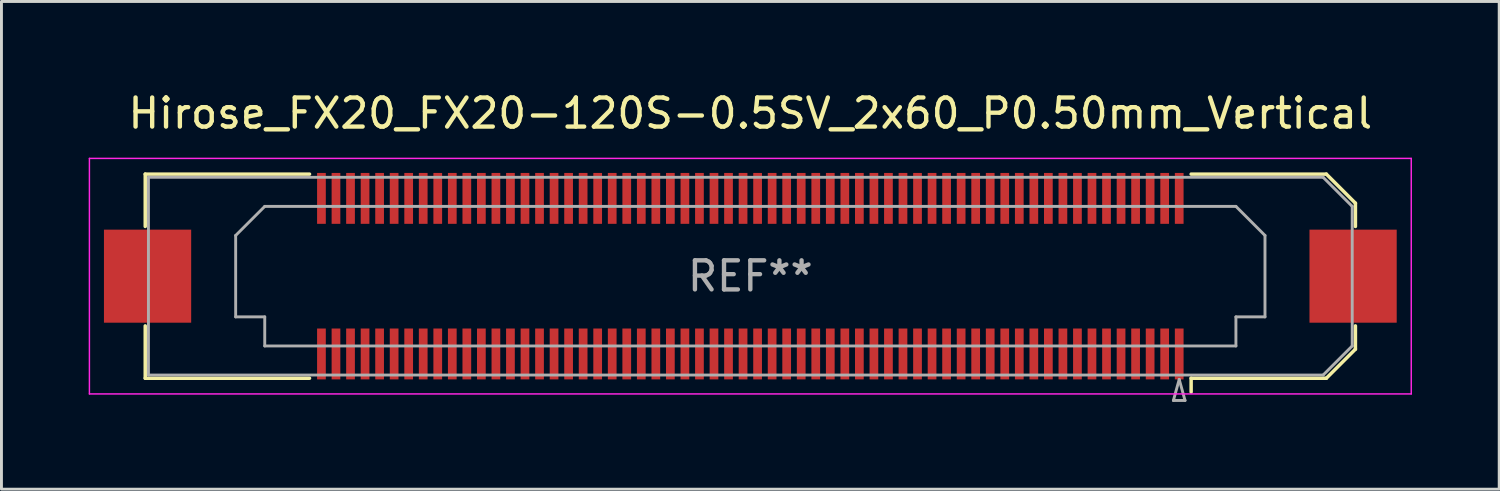
<source format=kicad_pcb>
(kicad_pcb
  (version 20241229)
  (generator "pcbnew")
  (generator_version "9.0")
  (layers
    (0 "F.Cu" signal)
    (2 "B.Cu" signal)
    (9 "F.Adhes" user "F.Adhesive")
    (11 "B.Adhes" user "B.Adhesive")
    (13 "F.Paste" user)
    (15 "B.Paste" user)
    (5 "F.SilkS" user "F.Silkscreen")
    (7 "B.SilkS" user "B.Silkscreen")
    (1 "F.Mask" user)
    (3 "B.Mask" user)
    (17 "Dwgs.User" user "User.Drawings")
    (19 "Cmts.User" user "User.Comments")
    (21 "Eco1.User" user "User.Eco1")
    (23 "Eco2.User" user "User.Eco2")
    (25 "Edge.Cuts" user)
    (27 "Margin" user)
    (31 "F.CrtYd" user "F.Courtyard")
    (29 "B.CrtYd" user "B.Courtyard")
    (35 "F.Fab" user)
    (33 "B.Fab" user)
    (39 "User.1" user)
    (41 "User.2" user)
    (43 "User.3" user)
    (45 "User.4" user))
  (footprint "Hirose_FX20_FX20-120S-0.5SV_2x60_P0.50mm_Vertical"
    (layer "F.Cu")
    (at 22.755 6.448)
    (property "Reference" "Hirose_FX20_FX20-120S-0.5SV_2x60_P0.50mm_Vertical" (at 0 -5.6 0) (layer "F.SilkS") (effects (font (size 1 1) (thickness 0.15))))
    (attr smd)
    (fp_line (start -20.81 -3.51) (end -15.16 -3.51) (stroke (width 0.12) (type solid)) (layer "F.SilkS"))
    (fp_line (start -20.81 -1.71) (end -20.81 -3.51) (stroke (width 0.12) (type solid)) (layer "F.SilkS"))
    (fp_line (start -20.81 3.51) (end -20.81 1.71) (stroke (width 0.12) (type solid)) (layer "F.SilkS"))
    (fp_line (start -15.16 3.51) (end -20.81 3.51) (stroke (width 0.12) (type solid)) (layer "F.SilkS"))
    (fp_line (start 15.16 3.51) (end 19.81 3.51) (stroke (width 0.12) (type solid)) (layer "F.SilkS"))
    (fp_line (start 15.16 3.983) (end 15.16 3.51) (stroke (width 0.12) (type solid)) (layer "F.SilkS"))
    (fp_line (start 19.81 -3.51) (end 15.16 -3.51) (stroke (width 0.12) (type solid)) (layer "F.SilkS"))
    (fp_line (start 19.81 3.51) (end 20.81 2.51) (stroke (width 0.12) (type solid)) (layer "F.SilkS"))
    (fp_line (start 20.81 -2.51) (end 19.81 -3.51) (stroke (width 0.12) (type solid)) (layer "F.SilkS"))
    (fp_line (start 20.81 -1.71) (end 20.81 -2.51) (stroke (width 0.12) (type solid)) (layer "F.SilkS"))
    (fp_line (start 20.81 2.51) (end 20.81 1.71) (stroke (width 0.12) (type solid)) (layer "F.SilkS"))
    (fp_line (start -22.73 -4.05) (end -22.73 4.05) (stroke (width 0.05) (type solid)) (layer "F.CrtYd"))
    (fp_line (start -22.73 4.05) (end 22.73 4.05) (stroke (width 0.05) (type solid)) (layer "F.CrtYd"))
    (fp_line (start 22.73 -4.05) (end -22.73 -4.05) (stroke (width 0.05) (type solid)) (layer "F.CrtYd"))
    (fp_line (start 22.73 4.05) (end 22.73 -4.05) (stroke (width 0.05) (type solid)) (layer "F.CrtYd"))
    (fp_line (start -20.7 -3.4) (end 19.7 -3.4) (stroke (width 0.1) (type solid)) (layer "F.Fab"))
    (fp_line (start -20.7 3.4) (end -20.7 -3.4) (stroke (width 0.1) (type solid)) (layer "F.Fab"))
    (fp_line (start -17.7 -1.4) (end -16.7 -2.4) (stroke (width 0.1) (type solid)) (layer "F.Fab"))
    (fp_line (start -17.7 1.4) (end -17.7 -1.4) (stroke (width 0.1) (type solid)) (layer "F.Fab"))
    (fp_line (start -16.7 -2.4) (end 16.7 -2.4) (stroke (width 0.1) (type solid)) (layer "F.Fab"))
    (fp_line (start -16.7 1.4) (end -17.7 1.4) (stroke (width 0.1) (type solid)) (layer "F.Fab"))
    (fp_line (start -16.7 2.4) (end -16.7 1.4) (stroke (width 0.1) (type solid)) (layer "F.Fab"))
    (fp_line (start 14.55 4.275) (end 14.95 4.275) (stroke (width 0.1) (type solid)) (layer "F.Fab"))
    (fp_line (start 14.75 3.55) (end 14.55 4.275) (stroke (width 0.1) (type solid)) (layer "F.Fab"))
    (fp_line (start 14.95 4.275) (end 14.75 3.55) (stroke (width 0.1) (type solid)) (layer "F.Fab"))
    (fp_line (start 16.7 -2.4) (end 17.7 -1.4) (stroke (width 0.1) (type solid)) (layer "F.Fab"))
    (fp_line (start 16.7 1.4) (end 16.7 2.4) (stroke (width 0.1) (type solid)) (layer "F.Fab"))
    (fp_line (start 16.7 2.4) (end -16.7 2.4) (stroke (width 0.1) (type solid)) (layer "F.Fab"))
    (fp_line (start 17.7 -1.4) (end 17.7 1.4) (stroke (width 0.1) (type solid)) (layer "F.Fab"))
    (fp_line (start 17.7 1.4) (end 16.7 1.4) (stroke (width 0.1) (type solid)) (layer "F.Fab"))
    (fp_line (start 19.7 -3.4) (end 20.7 -2.4) (stroke (width 0.1) (type solid)) (layer "F.Fab"))
    (fp_line (start 19.7 3.4) (end -20.7 3.4) (stroke (width 0.1) (type solid)) (layer "F.Fab"))
    (fp_line (start 20.7 -2.4) (end 20.7 2.4) (stroke (width 0.1) (type solid)) (layer "F.Fab"))
    (fp_line (start 20.7 2.4) (end 19.7 3.4) (stroke (width 0.1) (type solid)) (layer "F.Fab"))
    (fp_text user "REF**" (at 0 0 0) (layer "F.Fab") (effects (font (size 1 1) (thickness 0.15))))
    (pad "" smd rect (at -20.73 0) (size 2.98 3.18) (layers "F.Paste"))
    (pad "" smd rect (at -20.73 0) (size 3 3.2) (layers "F.Cu" "F.Mask"))
    (pad "" smd rect (at -14.75 -2.875) (size 0.28 1.35) (layers "F.Paste"))
    (pad "" smd rect (at -14.75 2.875) (size 0.28 1.35) (layers "F.Paste"))
    (pad "" smd rect (at -14.25 -2.875) (size 0.28 1.35) (layers "F.Paste"))
    (pad "" smd rect (at -14.25 2.875) (size 0.28 1.35) (layers "F.Paste"))
    (pad "" smd rect (at -13.75 -2.875) (size 0.28 1.35) (layers "F.Paste"))
    (pad "" smd rect (at -13.75 2.875) (size 0.28 1.35) (layers "F.Paste"))
    (pad "" smd rect (at -13.25 -2.875) (size 0.28 1.35) (layers "F.Paste"))
    (pad "" smd rect (at -13.25 2.875) (size 0.28 1.35) (layers "F.Paste"))
    (pad "" smd rect (at -12.75 -2.875) (size 0.28 1.35) (layers "F.Paste"))
    (pad "" smd rect (at -12.75 2.875) (size 0.28 1.35) (layers "F.Paste"))
    (pad "" smd rect (at -12.25 -2.875) (size 0.28 1.35) (layers "F.Paste"))
    (pad "" smd rect (at -12.25 2.875) (size 0.28 1.35) (layers "F.Paste"))
    (pad "" smd rect (at -11.75 -2.875) (size 0.28 1.35) (layers "F.Paste"))
    (pad "" smd rect (at -11.75 2.875) (size 0.28 1.35) (layers "F.Paste"))
    (pad "" smd rect (at -11.25 -2.875) (size 0.28 1.35) (layers "F.Paste"))
    (pad "" smd rect (at -11.25 2.875) (size 0.28 1.35) (layers "F.Paste"))
    (pad "" smd rect (at -10.75 -2.875) (size 0.28 1.35) (layers "F.Paste"))
    (pad "" smd rect (at -10.75 2.875) (size 0.28 1.35) (layers "F.Paste"))
    (pad "" smd rect (at -10.25 -2.875) (size 0.28 1.35) (layers "F.Paste"))
    (pad "" smd rect (at -10.25 2.875) (size 0.28 1.35) (layers "F.Paste"))
    (pad "" smd rect (at -9.75 -2.875) (size 0.28 1.35) (layers "F.Paste"))
    (pad "" smd rect (at -9.75 2.875) (size 0.28 1.35) (layers "F.Paste"))
    (pad "" smd rect (at -9.25 -2.875) (size 0.28 1.35) (layers "F.Paste"))
    (pad "" smd rect (at -9.25 2.875) (size 0.28 1.35) (layers "F.Paste"))
    (pad "" smd rect (at -8.75 -2.875) (size 0.28 1.35) (layers "F.Paste"))
    (pad "" smd rect (at -8.75 2.875) (size 0.28 1.35) (layers "F.Paste"))
    (pad "" smd rect (at -8.25 -2.875) (size 0.28 1.35) (layers "F.Paste"))
    (pad "" smd rect (at -8.25 2.875) (size 0.28 1.35) (layers "F.Paste"))
    (pad "" smd rect (at -7.75 -2.875) (size 0.28 1.35) (layers "F.Paste"))
    (pad "" smd rect (at -7.75 2.875) (size 0.28 1.35) (layers "F.Paste"))
    (pad "" smd rect (at -7.25 -2.875) (size 0.28 1.35) (layers "F.Paste"))
    (pad "" smd rect (at -7.25 2.875) (size 0.28 1.35) (layers "F.Paste"))
    (pad "" smd rect (at -6.75 -2.875) (size 0.28 1.35) (layers "F.Paste"))
    (pad "" smd rect (at -6.75 2.875) (size 0.28 1.35) (layers "F.Paste"))
    (pad "" smd rect (at -6.25 -2.875) (size 0.28 1.35) (layers "F.Paste"))
    (pad "" smd rect (at -6.25 2.875) (size 0.28 1.35) (layers "F.Paste"))
    (pad "" smd rect (at -5.75 -2.875) (size 0.28 1.35) (layers "F.Paste"))
    (pad "" smd rect (at -5.75 2.875) (size 0.28 1.35) (layers "F.Paste"))
    (pad "" smd rect (at -5.25 -2.875) (size 0.28 1.35) (layers "F.Paste"))
    (pad "" smd rect (at -5.25 2.875) (size 0.28 1.35) (layers "F.Paste"))
    (pad "" smd rect (at -4.75 -2.875) (size 0.28 1.35) (layers "F.Paste"))
    (pad "" smd rect (at -4.75 2.875) (size 0.28 1.35) (layers "F.Paste"))
    (pad "" smd rect (at -4.25 -2.875) (size 0.28 1.35) (layers "F.Paste"))
    (pad "" smd rect (at -4.25 2.875) (size 0.28 1.35) (layers "F.Paste"))
    (pad "" smd rect (at -3.75 -2.875) (size 0.28 1.35) (layers "F.Paste"))
    (pad "" smd rect (at -3.75 2.875) (size 0.28 1.35) (layers "F.Paste"))
    (pad "" smd rect (at -3.25 -2.875) (size 0.28 1.35) (layers "F.Paste"))
    (pad "" smd rect (at -3.25 2.875) (size 0.28 1.35) (layers "F.Paste"))
    (pad "" smd rect (at -2.75 -2.875) (size 0.28 1.35) (layers "F.Paste"))
    (pad "" smd rect (at -2.75 2.875) (size 0.28 1.35) (layers "F.Paste"))
    (pad "" smd rect (at -2.25 -2.875) (size 0.28 1.35) (layers "F.Paste"))
    (pad "" smd rect (at -2.25 2.875) (size 0.28 1.35) (layers "F.Paste"))
    (pad "" smd rect (at -1.75 -2.875) (size 0.28 1.35) (layers "F.Paste"))
    (pad "" smd rect (at -1.75 2.875) (size 0.28 1.35) (layers "F.Paste"))
    (pad "" smd rect (at -1.25 -2.875) (size 0.28 1.35) (layers "F.Paste"))
    (pad "" smd rect (at -1.25 2.875) (size 0.28 1.35) (layers "F.Paste"))
    (pad "" smd rect (at -0.75 -2.875) (size 0.28 1.35) (layers "F.Paste"))
    (pad "" smd rect (at -0.75 2.875) (size 0.28 1.35) (layers "F.Paste"))
    (pad "" smd rect (at -0.25 -2.875) (size 0.28 1.35) (layers "F.Paste"))
    (pad "" smd rect (at -0.25 2.875) (size 0.28 1.35) (layers "F.Paste"))
    (pad "" smd rect (at 0.25 -2.875) (size 0.28 1.35) (layers "F.Paste"))
    (pad "" smd rect (at 0.25 2.875) (size 0.28 1.35) (layers "F.Paste"))
    (pad "" smd rect (at 0.75 -2.875) (size 0.28 1.35) (layers "F.Paste"))
    (pad "" smd rect (at 0.75 2.875) (size 0.28 1.35) (layers "F.Paste"))
    (pad "" smd rect (at 1.25 -2.875) (size 0.28 1.35) (layers "F.Paste"))
    (pad "" smd rect (at 1.25 2.875) (size 0.28 1.35) (layers "F.Paste"))
    (pad "" smd rect (at 1.75 -2.875) (size 0.28 1.35) (layers "F.Paste"))
    (pad "" smd rect (at 1.75 2.875) (size 0.28 1.35) (layers "F.Paste"))
    (pad "" smd rect (at 2.25 -2.875) (size 0.28 1.35) (layers "F.Paste"))
    (pad "" smd rect (at 2.25 2.875) (size 0.28 1.35) (layers "F.Paste"))
    (pad "" smd rect (at 2.75 -2.875) (size 0.28 1.35) (layers "F.Paste"))
    (pad "" smd rect (at 2.75 2.875) (size 0.28 1.35) (layers "F.Paste"))
    (pad "" smd rect (at 3.25 -2.875) (size 0.28 1.35) (layers "F.Paste"))
    (pad "" smd rect (at 3.25 2.875) (size 0.28 1.35) (layers "F.Paste"))
    (pad "" smd rect (at 3.75 -2.875) (size 0.28 1.35) (layers "F.Paste"))
    (pad "" smd rect (at 3.75 2.875) (size 0.28 1.35) (layers "F.Paste"))
    (pad "" smd rect (at 4.25 -2.875) (size 0.28 1.35) (layers "F.Paste"))
    (pad "" smd rect (at 4.25 2.875) (size 0.28 1.35) (layers "F.Paste"))
    (pad "" smd rect (at 4.75 -2.875) (size 0.28 1.35) (layers "F.Paste"))
    (pad "" smd rect (at 4.75 2.875) (size 0.28 1.35) (layers "F.Paste"))
    (pad "" smd rect (at 5.25 -2.875) (size 0.28 1.35) (layers "F.Paste"))
    (pad "" smd rect (at 5.25 2.875) (size 0.28 1.35) (layers "F.Paste"))
    (pad "" smd rect (at 5.75 -2.875) (size 0.28 1.35) (layers "F.Paste"))
    (pad "" smd rect (at 5.75 2.875) (size 0.28 1.35) (layers "F.Paste"))
    (pad "" smd rect (at 6.25 -2.875) (size 0.28 1.35) (layers "F.Paste"))
    (pad "" smd rect (at 6.25 2.875) (size 0.28 1.35) (layers "F.Paste"))
    (pad "" smd rect (at 6.75 -2.875) (size 0.28 1.35) (layers "F.Paste"))
    (pad "" smd rect (at 6.75 2.875) (size 0.28 1.35) (layers "F.Paste"))
    (pad "" smd rect (at 7.25 -2.875) (size 0.28 1.35) (layers "F.Paste"))
    (pad "" smd rect (at 7.25 2.875) (size 0.28 1.35) (layers "F.Paste"))
    (pad "" smd rect (at 7.75 -2.875) (size 0.28 1.35) (layers "F.Paste"))
    (pad "" smd rect (at 7.75 2.875) (size 0.28 1.35) (layers "F.Paste"))
    (pad "" smd rect (at 8.25 -2.875) (size 0.28 1.35) (layers "F.Paste"))
    (pad "" smd rect (at 8.25 2.875) (size 0.28 1.35) (layers "F.Paste"))
    (pad "" smd rect (at 8.75 -2.875) (size 0.28 1.35) (layers "F.Paste"))
    (pad "" smd rect (at 8.75 2.875) (size 0.28 1.35) (layers "F.Paste"))
    (pad "" smd rect (at 9.25 -2.875) (size 0.28 1.35) (layers "F.Paste"))
    (pad "" smd rect (at 9.25 2.875) (size 0.28 1.35) (layers "F.Paste"))
    (pad "" smd rect (at 9.75 -2.875) (size 0.28 1.35) (layers "F.Paste"))
    (pad "" smd rect (at 9.75 2.875) (size 0.28 1.35) (layers "F.Paste"))
    (pad "" smd rect (at 10.25 -2.875) (size 0.28 1.35) (layers "F.Paste"))
    (pad "" smd rect (at 10.25 2.875) (size 0.28 1.35) (layers "F.Paste"))
    (pad "" smd rect (at 10.75 -2.875) (size 0.28 1.35) (layers "F.Paste"))
    (pad "" smd rect (at 10.75 2.875) (size 0.28 1.35) (layers "F.Paste"))
    (pad "" smd rect (at 11.25 -2.875) (size 0.28 1.35) (layers "F.Paste"))
    (pad "" smd rect (at 11.25 2.875) (size 0.28 1.35) (layers "F.Paste"))
    (pad "" smd rect (at 11.75 -2.875) (size 0.28 1.35) (layers "F.Paste"))
    (pad "" smd rect (at 11.75 2.875) (size 0.28 1.35) (layers "F.Paste"))
    (pad "" smd rect (at 12.25 -2.875) (size 0.28 1.35) (layers "F.Paste"))
    (pad "" smd rect (at 12.25 2.875) (size 0.28 1.35) (layers "F.Paste"))
    (pad "" smd rect (at 12.75 -2.875) (size 0.28 1.35) (layers "F.Paste"))
    (pad "" smd rect (at 12.75 2.875) (size 0.28 1.35) (layers "F.Paste"))
    (pad "" smd rect (at 13.25 -2.875) (size 0.28 1.35) (layers "F.Paste"))
    (pad "" smd rect (at 13.25 2.875) (size 0.28 1.35) (layers "F.Paste"))
    (pad "" smd rect (at 13.75 -2.875) (size 0.28 1.35) (layers "F.Paste"))
    (pad "" smd rect (at 13.75 2.875) (size 0.28 1.35) (layers "F.Paste"))
    (pad "" smd rect (at 14.25 -2.875) (size 0.28 1.35) (layers "F.Paste"))
    (pad "" smd rect (at 14.25 2.875) (size 0.28 1.35) (layers "F.Paste"))
    (pad "" smd rect (at 14.75 -2.875) (size 0.28 1.35) (layers "F.Paste"))
    (pad "" smd rect (at 14.75 2.875) (size 0.28 1.35) (layers "F.Paste"))
    (pad "" smd rect (at 20.73 0) (size 2.98 3.18) (layers "F.Paste"))
    (pad "" smd rect (at 20.73 0) (size 3 3.2) (layers "F.Cu" "F.Mask"))
    (pad "1" smd rect (at 14.75 2.675) (size 0.3 1.75) (layers "F.Cu" "F.Mask"))
    (pad "2" smd rect (at 14.75 -2.675) (size 0.3 1.75) (layers "F.Cu" "F.Mask"))
    (pad "3" smd rect (at 14.25 2.675) (size 0.3 1.75) (layers "F.Cu" "F.Mask"))
    (pad "4" smd rect (at 14.25 -2.675) (size 0.3 1.75) (layers "F.Cu" "F.Mask"))
    (pad "5" smd rect (at 13.75 2.675) (size 0.3 1.75) (layers "F.Cu" "F.Mask"))
    (pad "6" smd rect (at 13.75 -2.675) (size 0.3 1.75) (layers "F.Cu" "F.Mask"))
    (pad "7" smd rect (at 13.25 2.675) (size 0.3 1.75) (layers "F.Cu" "F.Mask"))
    (pad "8" smd rect (at 13.25 -2.675) (size 0.3 1.75) (layers "F.Cu" "F.Mask"))
    (pad "9" smd rect (at 12.75 2.675) (size 0.3 1.75) (layers "F.Cu" "F.Mask"))
    (pad "10" smd rect (at 12.75 -2.675) (size 0.3 1.75) (layers "F.Cu" "F.Mask"))
    (pad "11" smd rect (at 12.25 2.675) (size 0.3 1.75) (layers "F.Cu" "F.Mask"))
    (pad "12" smd rect (at 12.25 -2.675) (size 0.3 1.75) (layers "F.Cu" "F.Mask"))
    (pad "13" smd rect (at 11.75 2.675) (size 0.3 1.75) (layers "F.Cu" "F.Mask"))
    (pad "14" smd rect (at 11.75 -2.675) (size 0.3 1.75) (layers "F.Cu" "F.Mask"))
    (pad "15" smd rect (at 11.25 2.675) (size 0.3 1.75) (layers "F.Cu" "F.Mask"))
    (pad "16" smd rect (at 11.25 -2.675) (size 0.3 1.75) (layers "F.Cu" "F.Mask"))
    (pad "17" smd rect (at 10.75 2.675) (size 0.3 1.75) (layers "F.Cu" "F.Mask"))
    (pad "18" smd rect (at 10.75 -2.675) (size 0.3 1.75) (layers "F.Cu" "F.Mask"))
    (pad "19" smd rect (at 10.25 2.675) (size 0.3 1.75) (layers "F.Cu" "F.Mask"))
    (pad "20" smd rect (at 10.25 -2.675) (size 0.3 1.75) (layers "F.Cu" "F.Mask"))
    (pad "21" smd rect (at 9.75 2.675) (size 0.3 1.75) (layers "F.Cu" "F.Mask"))
    (pad "22" smd rect (at 9.75 -2.675) (size 0.3 1.75) (layers "F.Cu" "F.Mask"))
    (pad "23" smd rect (at 9.25 2.675) (size 0.3 1.75) (layers "F.Cu" "F.Mask"))
    (pad "24" smd rect (at 9.25 -2.675) (size 0.3 1.75) (layers "F.Cu" "F.Mask"))
    (pad "25" smd rect (at 8.75 2.675) (size 0.3 1.75) (layers "F.Cu" "F.Mask"))
    (pad "26" smd rect (at 8.75 -2.675) (size 0.3 1.75) (layers "F.Cu" "F.Mask"))
    (pad "27" smd rect (at 8.25 2.675) (size 0.3 1.75) (layers "F.Cu" "F.Mask"))
    (pad "28" smd rect (at 8.25 -2.675) (size 0.3 1.75) (layers "F.Cu" "F.Mask"))
    (pad "29" smd rect (at 7.75 2.675) (size 0.3 1.75) (layers "F.Cu" "F.Mask"))
    (pad "30" smd rect (at 7.75 -2.675) (size 0.3 1.75) (layers "F.Cu" "F.Mask"))
    (pad "31" smd rect (at 7.25 2.675) (size 0.3 1.75) (layers "F.Cu" "F.Mask"))
    (pad "32" smd rect (at 7.25 -2.675) (size 0.3 1.75) (layers "F.Cu" "F.Mask"))
    (pad "33" smd rect (at 6.75 2.675) (size 0.3 1.75) (layers "F.Cu" "F.Mask"))
    (pad "34" smd rect (at 6.75 -2.675) (size 0.3 1.75) (layers "F.Cu" "F.Mask"))
    (pad "35" smd rect (at 6.25 2.675) (size 0.3 1.75) (layers "F.Cu" "F.Mask"))
    (pad "36" smd rect (at 6.25 -2.675) (size 0.3 1.75) (layers "F.Cu" "F.Mask"))
    (pad "37" smd rect (at 5.75 2.675) (size 0.3 1.75) (layers "F.Cu" "F.Mask"))
    (pad "38" smd rect (at 5.75 -2.675) (size 0.3 1.75) (layers "F.Cu" "F.Mask"))
    (pad "39" smd rect (at 5.25 2.675) (size 0.3 1.75) (layers "F.Cu" "F.Mask"))
    (pad "40" smd rect (at 5.25 -2.675) (size 0.3 1.75) (layers "F.Cu" "F.Mask"))
    (pad "41" smd rect (at 4.75 2.675) (size 0.3 1.75) (layers "F.Cu" "F.Mask"))
    (pad "42" smd rect (at 4.75 -2.675) (size 0.3 1.75) (layers "F.Cu" "F.Mask"))
    (pad "43" smd rect (at 4.25 2.675) (size 0.3 1.75) (layers "F.Cu" "F.Mask"))
    (pad "44" smd rect (at 4.25 -2.675) (size 0.3 1.75) (layers "F.Cu" "F.Mask"))
    (pad "45" smd rect (at 3.75 2.675) (size 0.3 1.75) (layers "F.Cu" "F.Mask"))
    (pad "46" smd rect (at 3.75 -2.675) (size 0.3 1.75) (layers "F.Cu" "F.Mask"))
    (pad "47" smd rect (at 3.25 2.675) (size 0.3 1.75) (layers "F.Cu" "F.Mask"))
    (pad "48" smd rect (at 3.25 -2.675) (size 0.3 1.75) (layers "F.Cu" "F.Mask"))
    (pad "49" smd rect (at 2.75 2.675) (size 0.3 1.75) (layers "F.Cu" "F.Mask"))
    (pad "50" smd rect (at 2.75 -2.675) (size 0.3 1.75) (layers "F.Cu" "F.Mask"))
    (pad "51" smd rect (at 2.25 2.675) (size 0.3 1.75) (layers "F.Cu" "F.Mask"))
    (pad "52" smd rect (at 2.25 -2.675) (size 0.3 1.75) (layers "F.Cu" "F.Mask"))
    (pad "53" smd rect (at 1.75 2.675) (size 0.3 1.75) (layers "F.Cu" "F.Mask"))
    (pad "54" smd rect (at 1.75 -2.675) (size 0.3 1.75) (layers "F.Cu" "F.Mask"))
    (pad "55" smd rect (at 1.25 2.675) (size 0.3 1.75) (layers "F.Cu" "F.Mask"))
    (pad "56" smd rect (at 1.25 -2.675) (size 0.3 1.75) (layers "F.Cu" "F.Mask"))
    (pad "57" smd rect (at 0.75 2.675) (size 0.3 1.75) (layers "F.Cu" "F.Mask"))
    (pad "58" smd rect (at 0.75 -2.675) (size 0.3 1.75) (layers "F.Cu" "F.Mask"))
    (pad "59" smd rect (at 0.25 2.675) (size 0.3 1.75) (layers "F.Cu" "F.Mask"))
    (pad "60" smd rect (at 0.25 -2.675) (size 0.3 1.75) (layers "F.Cu" "F.Mask"))
    (pad "61" smd rect (at -0.25 2.675) (size 0.3 1.75) (layers "F.Cu" "F.Mask"))
    (pad "62" smd rect (at -0.25 -2.675) (size 0.3 1.75) (layers "F.Cu" "F.Mask"))
    (pad "63" smd rect (at -0.75 2.675) (size 0.3 1.75) (layers "F.Cu" "F.Mask"))
    (pad "64" smd rect (at -0.75 -2.675) (size 0.3 1.75) (layers "F.Cu" "F.Mask"))
    (pad "65" smd rect (at -1.25 2.675) (size 0.3 1.75) (layers "F.Cu" "F.Mask"))
    (pad "66" smd rect (at -1.25 -2.675) (size 0.3 1.75) (layers "F.Cu" "F.Mask"))
    (pad "67" smd rect (at -1.75 2.675) (size 0.3 1.75) (layers "F.Cu" "F.Mask"))
    (pad "68" smd rect (at -1.75 -2.675) (size 0.3 1.75) (layers "F.Cu" "F.Mask"))
    (pad "69" smd rect (at -2.25 2.675) (size 0.3 1.75) (layers "F.Cu" "F.Mask"))
    (pad "70" smd rect (at -2.25 -2.675) (size 0.3 1.75) (layers "F.Cu" "F.Mask"))
    (pad "71" smd rect (at -2.75 2.675) (size 0.3 1.75) (layers "F.Cu" "F.Mask"))
    (pad "72" smd rect (at -2.75 -2.675) (size 0.3 1.75) (layers "F.Cu" "F.Mask"))
    (pad "73" smd rect (at -3.25 2.675) (size 0.3 1.75) (layers "F.Cu" "F.Mask"))
    (pad "74" smd rect (at -3.25 -2.675) (size 0.3 1.75) (layers "F.Cu" "F.Mask"))
    (pad "75" smd rect (at -3.75 2.675) (size 0.3 1.75) (layers "F.Cu" "F.Mask"))
    (pad "76" smd rect (at -3.75 -2.675) (size 0.3 1.75) (layers "F.Cu" "F.Mask"))
    (pad "77" smd rect (at -4.25 2.675) (size 0.3 1.75) (layers "F.Cu" "F.Mask"))
    (pad "78" smd rect (at -4.25 -2.675) (size 0.3 1.75) (layers "F.Cu" "F.Mask"))
    (pad "79" smd rect (at -4.75 2.675) (size 0.3 1.75) (layers "F.Cu" "F.Mask"))
    (pad "80" smd rect (at -4.75 -2.675) (size 0.3 1.75) (layers "F.Cu" "F.Mask"))
    (pad "81" smd rect (at -5.25 2.675) (size 0.3 1.75) (layers "F.Cu" "F.Mask"))
    (pad "82" smd rect (at -5.25 -2.675) (size 0.3 1.75) (layers "F.Cu" "F.Mask"))
    (pad "83" smd rect (at -5.75 2.675) (size 0.3 1.75) (layers "F.Cu" "F.Mask"))
    (pad "84" smd rect (at -5.75 -2.675) (size 0.3 1.75) (layers "F.Cu" "F.Mask"))
    (pad "85" smd rect (at -6.25 2.675) (size 0.3 1.75) (layers "F.Cu" "F.Mask"))
    (pad "86" smd rect (at -6.25 -2.675) (size 0.3 1.75) (layers "F.Cu" "F.Mask"))
    (pad "87" smd rect (at -6.75 2.675) (size 0.3 1.75) (layers "F.Cu" "F.Mask"))
    (pad "88" smd rect (at -6.75 -2.675) (size 0.3 1.75) (layers "F.Cu" "F.Mask"))
    (pad "89" smd rect (at -7.25 2.675) (size 0.3 1.75) (layers "F.Cu" "F.Mask"))
    (pad "90" smd rect (at -7.25 -2.675) (size 0.3 1.75) (layers "F.Cu" "F.Mask"))
    (pad "91" smd rect (at -7.75 2.675) (size 0.3 1.75) (layers "F.Cu" "F.Mask"))
    (pad "92" smd rect (at -7.75 -2.675) (size 0.3 1.75) (layers "F.Cu" "F.Mask"))
    (pad "93" smd rect (at -8.25 2.675) (size 0.3 1.75) (layers "F.Cu" "F.Mask"))
    (pad "94" smd rect (at -8.25 -2.675) (size 0.3 1.75) (layers "F.Cu" "F.Mask"))
    (pad "95" smd rect (at -8.75 2.675) (size 0.3 1.75) (layers "F.Cu" "F.Mask"))
    (pad "96" smd rect (at -8.75 -2.675) (size 0.3 1.75) (layers "F.Cu" "F.Mask"))
    (pad "97" smd rect (at -9.25 2.675) (size 0.3 1.75) (layers "F.Cu" "F.Mask"))
    (pad "98" smd rect (at -9.25 -2.675) (size 0.3 1.75) (layers "F.Cu" "F.Mask"))
    (pad "99" smd rect (at -9.75 2.675) (size 0.3 1.75) (layers "F.Cu" "F.Mask"))
    (pad "100" smd rect (at -9.75 -2.675) (size 0.3 1.75) (layers "F.Cu" "F.Mask"))
    (pad "101" smd rect (at -10.25 2.675) (size 0.3 1.75) (layers "F.Cu" "F.Mask"))
    (pad "102" smd rect (at -10.25 -2.675) (size 0.3 1.75) (layers "F.Cu" "F.Mask"))
    (pad "103" smd rect (at -10.75 2.675) (size 0.3 1.75) (layers "F.Cu" "F.Mask"))
    (pad "104" smd rect (at -10.75 -2.675) (size 0.3 1.75) (layers "F.Cu" "F.Mask"))
    (pad "105" smd rect (at -11.25 2.675) (size 0.3 1.75) (layers "F.Cu" "F.Mask"))
    (pad "106" smd rect (at -11.25 -2.675) (size 0.3 1.75) (layers "F.Cu" "F.Mask"))
    (pad "107" smd rect (at -11.75 2.675) (size 0.3 1.75) (layers "F.Cu" "F.Mask"))
    (pad "108" smd rect (at -11.75 -2.675) (size 0.3 1.75) (layers "F.Cu" "F.Mask"))
    (pad "109" smd rect (at -12.25 2.675) (size 0.3 1.75) (layers "F.Cu" "F.Mask"))
    (pad "110" smd rect (at -12.25 -2.675) (size 0.3 1.75) (layers "F.Cu" "F.Mask"))
    (pad "111" smd rect (at -12.75 2.675) (size 0.3 1.75) (layers "F.Cu" "F.Mask"))
    (pad "112" smd rect (at -12.75 -2.675) (size 0.3 1.75) (layers "F.Cu" "F.Mask"))
    (pad "113" smd rect (at -13.25 2.675) (size 0.3 1.75) (layers "F.Cu" "F.Mask"))
    (pad "114" smd rect (at -13.25 -2.675) (size 0.3 1.75) (layers "F.Cu" "F.Mask"))
    (pad "115" smd rect (at -13.75 2.675) (size 0.3 1.75) (layers "F.Cu" "F.Mask"))
    (pad "116" smd rect (at -13.75 -2.675) (size 0.3 1.75) (layers "F.Cu" "F.Mask"))
    (pad "117" smd rect (at -14.25 2.675) (size 0.3 1.75) (layers "F.Cu" "F.Mask"))
    (pad "118" smd rect (at -14.25 -2.675) (size 0.3 1.75) (layers "F.Cu" "F.Mask"))
    (pad "119" smd rect (at -14.75 2.675) (size 0.3 1.75) (layers "F.Cu" "F.Mask"))
    (pad "120" smd rect (at -14.75 -2.675) (size 0.3 1.75) (layers "F.Cu" "F.Mask")))
  (gr_rect
    (start -3 -3)
    (end 48.51 13.773)
    (stroke (width 0.1) (type default))
    (fill no)
    (layer "Edge.Cuts")))
</source>
